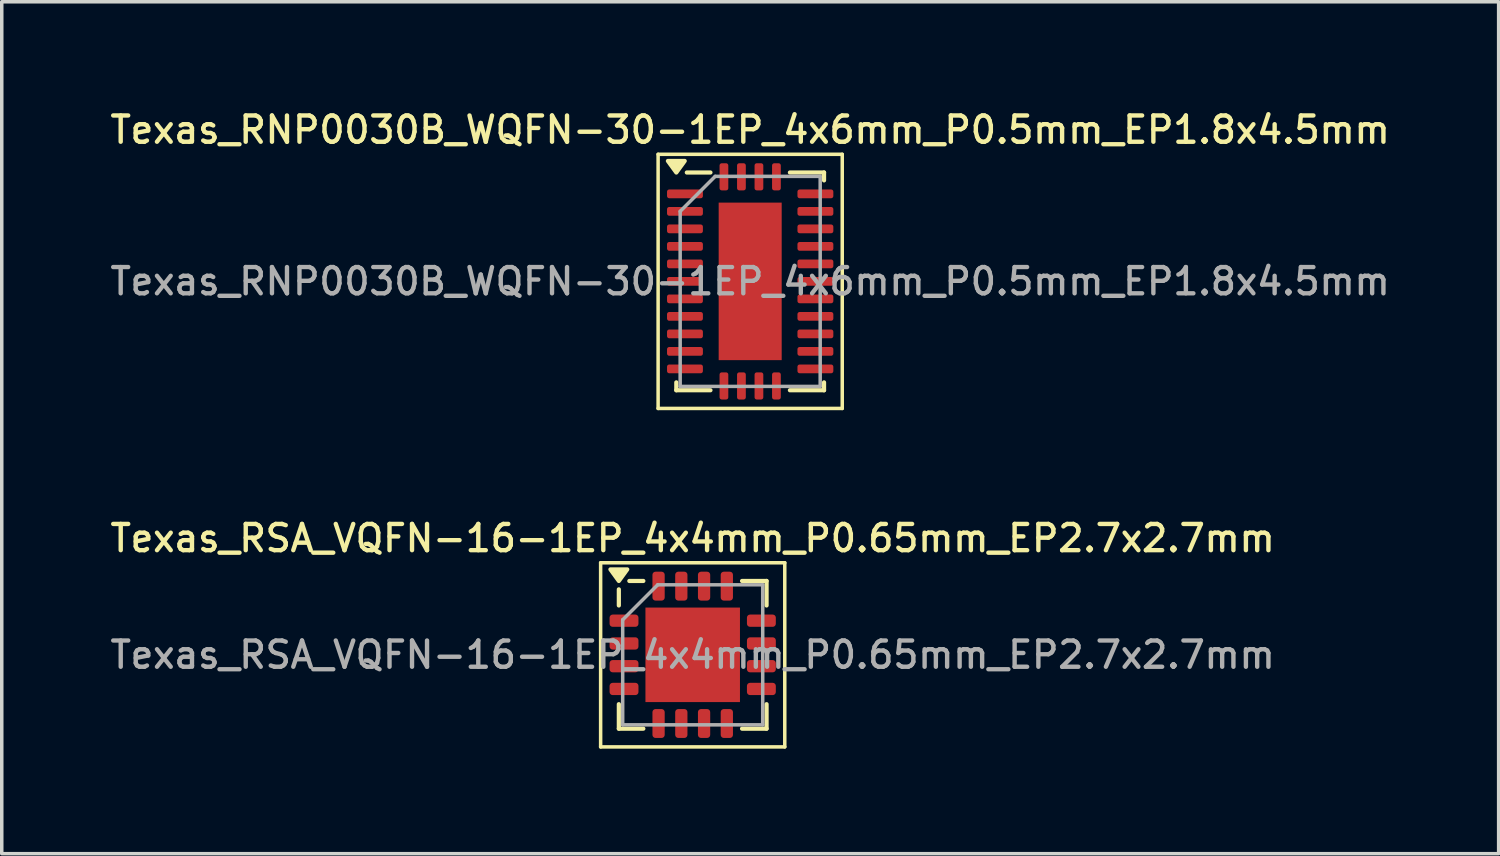
<source format=kicad_pcb>
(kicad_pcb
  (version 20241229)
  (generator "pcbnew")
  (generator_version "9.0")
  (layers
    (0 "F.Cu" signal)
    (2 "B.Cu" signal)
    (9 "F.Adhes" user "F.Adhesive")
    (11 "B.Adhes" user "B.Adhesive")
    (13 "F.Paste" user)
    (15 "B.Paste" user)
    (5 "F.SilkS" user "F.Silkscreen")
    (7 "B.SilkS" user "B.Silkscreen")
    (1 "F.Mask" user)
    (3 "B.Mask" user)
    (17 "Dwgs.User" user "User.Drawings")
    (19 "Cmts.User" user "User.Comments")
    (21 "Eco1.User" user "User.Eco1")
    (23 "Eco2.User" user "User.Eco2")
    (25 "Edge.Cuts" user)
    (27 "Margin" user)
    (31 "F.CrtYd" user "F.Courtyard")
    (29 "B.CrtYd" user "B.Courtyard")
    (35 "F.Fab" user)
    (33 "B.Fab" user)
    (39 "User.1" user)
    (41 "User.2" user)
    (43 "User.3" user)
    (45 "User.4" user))
  (footprint "Texas_RNP0030B_WQFN-30-1EP_4x6mm_P0.5mm_EP1.8x4.5mm"
    (layer "F.Cu")
    (at 18.38 4.988)
    (property "Reference" "Texas_RNP0030B_WQFN-30-1EP_4x6mm_P0.5mm_EP1.8x4.5mm" (at 0 -4.33 0) (layer "F.SilkS") (effects (font (size 0.75 0.75) (thickness 0.125))))
    (attr smd)
    (fp_line (start -2.63 -3.63) (end -2.63 3.63) (stroke (width 0.1) (type solid)) (layer "F.SilkS"))
    (fp_line (start -2.63 3.63) (end 2.63 3.63) (stroke (width 0.1) (type solid)) (layer "F.SilkS"))
    (fp_line (start -2.11 3.11) (end -2.11 2.885) (stroke (width 0.12) (type solid)) (layer "F.SilkS"))
    (fp_line (start -1.135 -3.11) (end -1.81 -3.11) (stroke (width 0.12) (type solid)) (layer "F.SilkS"))
    (fp_line (start -1.135 3.11) (end -2.11 3.11) (stroke (width 0.12) (type solid)) (layer "F.SilkS"))
    (fp_line (start 1.135 -3.11) (end 2.11 -3.11) (stroke (width 0.12) (type solid)) (layer "F.SilkS"))
    (fp_line (start 1.135 3.11) (end 2.11 3.11) (stroke (width 0.12) (type solid)) (layer "F.SilkS"))
    (fp_line (start 2.11 -3.11) (end 2.11 -2.885) (stroke (width 0.12) (type solid)) (layer "F.SilkS"))
    (fp_line (start 2.11 3.11) (end 2.11 2.885) (stroke (width 0.12) (type solid)) (layer "F.SilkS"))
    (fp_line (start 2.63 -3.63) (end -2.63 -3.63) (stroke (width 0.1) (type solid)) (layer "F.SilkS"))
    (fp_line (start 2.63 3.63) (end 2.63 -3.63) (stroke (width 0.1) (type solid)) (layer "F.SilkS"))
    (fp_poly (pts (xy -2.11 -3.11) (xy -2.35 -3.44) (xy -1.87 -3.44) (xy -2.11 -3.11)) (stroke (width 0.12) (type solid)) (fill yes) (layer "F.SilkS"))
    (fp_line (start -2 -2) (end -1 -3) (stroke (width 0.1) (type solid)) (layer "F.Fab"))
    (fp_line (start -2 3) (end -2 -2) (stroke (width 0.1) (type solid)) (layer "F.Fab"))
    (fp_line (start -1 -3) (end 2 -3) (stroke (width 0.1) (type solid)) (layer "F.Fab"))
    (fp_line (start 2 -3) (end 2 3) (stroke (width 0.1) (type solid)) (layer "F.Fab"))
    (fp_line (start 2 3) (end -2 3) (stroke (width 0.1) (type solid)) (layer "F.Fab"))
    (fp_text user "${REFERENCE}" (at 0 0 0) (layer "F.Fab") (effects (font (size 0.75 0.75) (thickness 0.125))))
    (pad "" smd roundrect (at -0.45 -1.68) (size 0.73 0.91) (layers "F.Paste") (roundrect_rratio 0.25))
    (pad "" smd roundrect (at -0.45 -0.56) (size 0.73 0.91) (layers "F.Paste") (roundrect_rratio 0.25))
    (pad "" smd roundrect (at -0.45 0.56) (size 0.73 0.91) (layers "F.Paste") (roundrect_rratio 0.25))
    (pad "" smd roundrect (at -0.45 1.68) (size 0.73 0.91) (layers "F.Paste") (roundrect_rratio 0.25))
    (pad "" smd roundrect (at 0.45 -1.68) (size 0.73 0.91) (layers "F.Paste") (roundrect_rratio 0.25))
    (pad "" smd roundrect (at 0.45 -0.56) (size 0.73 0.91) (layers "F.Paste") (roundrect_rratio 0.25))
    (pad "" smd roundrect (at 0.45 0.56) (size 0.73 0.91) (layers "F.Paste") (roundrect_rratio 0.25))
    (pad "" smd roundrect (at 0.45 1.68) (size 0.73 0.91) (layers "F.Paste") (roundrect_rratio 0.25))
    (pad "1" smd roundrect (at -1.863 -2.5) (size 1.025 0.25) (layers "F.Cu" "F.Mask" "F.Paste") (roundrect_rratio 0.25))
    (pad "2" smd roundrect (at -1.863 -2) (size 1.025 0.25) (layers "F.Cu" "F.Mask" "F.Paste") (roundrect_rratio 0.25))
    (pad "3" smd roundrect (at -1.863 -1.5) (size 1.025 0.25) (layers "F.Cu" "F.Mask" "F.Paste") (roundrect_rratio 0.25))
    (pad "4" smd roundrect (at -1.863 -1) (size 1.025 0.25) (layers "F.Cu" "F.Mask" "F.Paste") (roundrect_rratio 0.25))
    (pad "5" smd roundrect (at -1.863 -0.5) (size 1.025 0.25) (layers "F.Cu" "F.Mask" "F.Paste") (roundrect_rratio 0.25))
    (pad "6" smd roundrect (at -1.863 0) (size 1.025 0.25) (layers "F.Cu" "F.Mask" "F.Paste") (roundrect_rratio 0.25))
    (pad "7" smd roundrect (at -1.863 0.5) (size 1.025 0.25) (layers "F.Cu" "F.Mask" "F.Paste") (roundrect_rratio 0.25))
    (pad "8" smd roundrect (at -1.863 1) (size 1.025 0.25) (layers "F.Cu" "F.Mask" "F.Paste") (roundrect_rratio 0.25))
    (pad "9" smd roundrect (at -1.863 1.5) (size 1.025 0.25) (layers "F.Cu" "F.Mask" "F.Paste") (roundrect_rratio 0.25))
    (pad "10" smd roundrect (at -1.863 2) (size 1.025 0.25) (layers "F.Cu" "F.Mask" "F.Paste") (roundrect_rratio 0.25))
    (pad "11" smd roundrect (at -1.863 2.5) (size 1.025 0.25) (layers "F.Cu" "F.Mask" "F.Paste") (roundrect_rratio 0.25))
    (pad "12" smd roundrect (at -0.75 2.987) (size 0.25 0.775) (layers "F.Cu" "F.Mask" "F.Paste") (roundrect_rratio 0.25))
    (pad "13" smd roundrect (at -0.25 2.987) (size 0.25 0.775) (layers "F.Cu" "F.Mask" "F.Paste") (roundrect_rratio 0.25))
    (pad "14" smd roundrect (at 0.25 2.987) (size 0.25 0.775) (layers "F.Cu" "F.Mask" "F.Paste") (roundrect_rratio 0.25))
    (pad "15" smd roundrect (at 0.75 2.987) (size 0.25 0.775) (layers "F.Cu" "F.Mask" "F.Paste") (roundrect_rratio 0.25))
    (pad "16" smd roundrect (at 1.863 2.5) (size 1.025 0.25) (layers "F.Cu" "F.Mask" "F.Paste") (roundrect_rratio 0.25))
    (pad "17" smd roundrect (at 1.863 2) (size 1.025 0.25) (layers "F.Cu" "F.Mask" "F.Paste") (roundrect_rratio 0.25))
    (pad "18" smd roundrect (at 1.863 1.5) (size 1.025 0.25) (layers "F.Cu" "F.Mask" "F.Paste") (roundrect_rratio 0.25))
    (pad "19" smd roundrect (at 1.863 1) (size 1.025 0.25) (layers "F.Cu" "F.Mask" "F.Paste") (roundrect_rratio 0.25))
    (pad "20" smd roundrect (at 1.863 0.5) (size 1.025 0.25) (layers "F.Cu" "F.Mask" "F.Paste") (roundrect_rratio 0.25))
    (pad "21" smd roundrect (at 1.863 0) (size 1.025 0.25) (layers "F.Cu" "F.Mask" "F.Paste") (roundrect_rratio 0.25))
    (pad "22" smd roundrect (at 1.863 -0.5) (size 1.025 0.25) (layers "F.Cu" "F.Mask" "F.Paste") (roundrect_rratio 0.25))
    (pad "23" smd roundrect (at 1.863 -1) (size 1.025 0.25) (layers "F.Cu" "F.Mask" "F.Paste") (roundrect_rratio 0.25))
    (pad "24" smd roundrect (at 1.863 -1.5) (size 1.025 0.25) (layers "F.Cu" "F.Mask" "F.Paste") (roundrect_rratio 0.25))
    (pad "25" smd roundrect (at 1.863 -2) (size 1.025 0.25) (layers "F.Cu" "F.Mask" "F.Paste") (roundrect_rratio 0.25))
    (pad "26" smd roundrect (at 1.863 -2.5) (size 1.025 0.25) (layers "F.Cu" "F.Mask" "F.Paste") (roundrect_rratio 0.25))
    (pad "27" smd roundrect (at 0.75 -2.987) (size 0.25 0.775) (layers "F.Cu" "F.Mask" "F.Paste") (roundrect_rratio 0.25))
    (pad "28" smd roundrect (at 0.25 -2.987) (size 0.25 0.775) (layers "F.Cu" "F.Mask" "F.Paste") (roundrect_rratio 0.25))
    (pad "29" smd roundrect (at -0.25 -2.987) (size 0.25 0.775) (layers "F.Cu" "F.Mask" "F.Paste") (roundrect_rratio 0.25))
    (pad "30" smd roundrect (at -0.75 -2.987) (size 0.25 0.775) (layers "F.Cu" "F.Mask" "F.Paste") (roundrect_rratio 0.25))
    (pad "31" smd rect (at 0 0) (size 1.8 4.5) (property pad_prop_heatsink) (layers "F.Cu" "F.Mask")))
  (footprint "Texas_RSA_VQFN-16-1EP_4x4mm_P0.65mm_EP2.7x2.7mm"
    (layer "F.Cu")
    (at 16.738 15.656)
    (property "Reference" "Texas_RSA_VQFN-16-1EP_4x4mm_P0.65mm_EP2.7x2.7mm" (at 0 -3.33 0) (layer "F.SilkS") (effects (font (size 0.75 0.75) (thickness 0.125))))
    (attr smd)
    (fp_line (start -2.63 -2.63) (end -2.63 2.63) (stroke (width 0.1) (type solid)) (layer "F.SilkS"))
    (fp_line (start -2.63 2.63) (end 2.63 2.63) (stroke (width 0.1) (type solid)) (layer "F.SilkS"))
    (fp_line (start -2.11 -1.41) (end -2.11 -1.87) (stroke (width 0.12) (type solid)) (layer "F.SilkS"))
    (fp_line (start -2.11 2.11) (end -2.11 1.41) (stroke (width 0.12) (type solid)) (layer "F.SilkS"))
    (fp_line (start -1.41 -2.11) (end -1.81 -2.11) (stroke (width 0.12) (type solid)) (layer "F.SilkS"))
    (fp_line (start -1.41 2.11) (end -2.11 2.11) (stroke (width 0.12) (type solid)) (layer "F.SilkS"))
    (fp_line (start 1.41 -2.11) (end 2.11 -2.11) (stroke (width 0.12) (type solid)) (layer "F.SilkS"))
    (fp_line (start 1.41 2.11) (end 2.11 2.11) (stroke (width 0.12) (type solid)) (layer "F.SilkS"))
    (fp_line (start 2.11 -2.11) (end 2.11 -1.41) (stroke (width 0.12) (type solid)) (layer "F.SilkS"))
    (fp_line (start 2.11 2.11) (end 2.11 1.41) (stroke (width 0.12) (type solid)) (layer "F.SilkS"))
    (fp_line (start 2.63 -2.63) (end -2.63 -2.63) (stroke (width 0.1) (type solid)) (layer "F.SilkS"))
    (fp_line (start 2.63 2.63) (end 2.63 -2.63) (stroke (width 0.1) (type solid)) (layer "F.SilkS"))
    (fp_poly (pts (xy -2.11 -2.11) (xy -2.35 -2.44) (xy -1.87 -2.44) (xy -2.11 -2.11)) (stroke (width 0.12) (type solid)) (fill yes) (layer "F.SilkS"))
    (fp_line (start -2 -1) (end -1 -2) (stroke (width 0.1) (type solid)) (layer "F.Fab"))
    (fp_line (start -2 2) (end -2 -1) (stroke (width 0.1) (type solid)) (layer "F.Fab"))
    (fp_line (start -1 -2) (end 2 -2) (stroke (width 0.1) (type solid)) (layer "F.Fab"))
    (fp_line (start 2 -2) (end 2 2) (stroke (width 0.1) (type solid)) (layer "F.Fab"))
    (fp_line (start 2 2) (end -2 2) (stroke (width 0.1) (type solid)) (layer "F.Fab"))
    (fp_text user "${REFERENCE}" (at 0 0 0) (layer "F.Fab") (effects (font (size 0.75 0.75) (thickness 0.125))))
    (pad "" smd roundrect (at -0.9 -0.9) (size 0.73 0.73) (layers "F.Paste") (roundrect_rratio 0.25))
    (pad "" smd roundrect (at -0.9 0) (size 0.73 0.73) (layers "F.Paste") (roundrect_rratio 0.25))
    (pad "" smd roundrect (at -0.9 0.9) (size 0.73 0.73) (layers "F.Paste") (roundrect_rratio 0.25))
    (pad "" smd roundrect (at 0 -0.9) (size 0.73 0.73) (layers "F.Paste") (roundrect_rratio 0.25))
    (pad "" smd roundrect (at 0 0) (size 0.73 0.73) (layers "F.Paste") (roundrect_rratio 0.25))
    (pad "" smd roundrect (at 0 0.9) (size 0.73 0.73) (layers "F.Paste") (roundrect_rratio 0.25))
    (pad "" smd roundrect (at 0.9 -0.9) (size 0.73 0.73) (layers "F.Paste") (roundrect_rratio 0.25))
    (pad "" smd roundrect (at 0.9 0) (size 0.73 0.73) (layers "F.Paste") (roundrect_rratio 0.25))
    (pad "" smd roundrect (at 0.9 0.9) (size 0.73 0.73) (layers "F.Paste") (roundrect_rratio 0.25))
    (pad "1" smd roundrect (at -1.962 -0.975) (size 0.825 0.35) (layers "F.Cu" "F.Mask" "F.Paste") (roundrect_rratio 0.25))
    (pad "2" smd roundrect (at -1.962 -0.325) (size 0.825 0.35) (layers "F.Cu" "F.Mask" "F.Paste") (roundrect_rratio 0.25))
    (pad "3" smd roundrect (at -1.962 0.325) (size 0.825 0.35) (layers "F.Cu" "F.Mask" "F.Paste") (roundrect_rratio 0.25))
    (pad "4" smd roundrect (at -1.962 0.975) (size 0.825 0.35) (layers "F.Cu" "F.Mask" "F.Paste") (roundrect_rratio 0.25))
    (pad "5" smd roundrect (at -0.975 1.962) (size 0.35 0.825) (layers "F.Cu" "F.Mask" "F.Paste") (roundrect_rratio 0.25))
    (pad "6" smd roundrect (at -0.325 1.962) (size 0.35 0.825) (layers "F.Cu" "F.Mask" "F.Paste") (roundrect_rratio 0.25))
    (pad "7" smd roundrect (at 0.325 1.962) (size 0.35 0.825) (layers "F.Cu" "F.Mask" "F.Paste") (roundrect_rratio 0.25))
    (pad "8" smd roundrect (at 0.975 1.962) (size 0.35 0.825) (layers "F.Cu" "F.Mask" "F.Paste") (roundrect_rratio 0.25))
    (pad "9" smd roundrect (at 1.962 0.975) (size 0.825 0.35) (layers "F.Cu" "F.Mask" "F.Paste") (roundrect_rratio 0.25))
    (pad "10" smd roundrect (at 1.962 0.325) (size 0.825 0.35) (layers "F.Cu" "F.Mask" "F.Paste") (roundrect_rratio 0.25))
    (pad "11" smd roundrect (at 1.962 -0.325) (size 0.825 0.35) (layers "F.Cu" "F.Mask" "F.Paste") (roundrect_rratio 0.25))
    (pad "12" smd roundrect (at 1.962 -0.975) (size 0.825 0.35) (layers "F.Cu" "F.Mask" "F.Paste") (roundrect_rratio 0.25))
    (pad "13" smd roundrect (at 0.975 -1.962) (size 0.35 0.825) (layers "F.Cu" "F.Mask" "F.Paste") (roundrect_rratio 0.25))
    (pad "14" smd roundrect (at 0.325 -1.962) (size 0.35 0.825) (layers "F.Cu" "F.Mask" "F.Paste") (roundrect_rratio 0.25))
    (pad "15" smd roundrect (at -0.325 -1.962) (size 0.35 0.825) (layers "F.Cu" "F.Mask" "F.Paste") (roundrect_rratio 0.25))
    (pad "16" smd roundrect (at -0.975 -1.962) (size 0.35 0.825) (layers "F.Cu" "F.Mask" "F.Paste") (roundrect_rratio 0.25))
    (pad "17" smd rect (at 0 0) (size 2.7 2.7) (property pad_prop_heatsink) (layers "F.Cu" "F.Mask")))
  (gr_rect
    (start -3 -3)
    (end 39.761 21.336)
    (stroke (width 0.1) (type default))
    (fill no)
    (layer "Edge.Cuts")))
</source>
